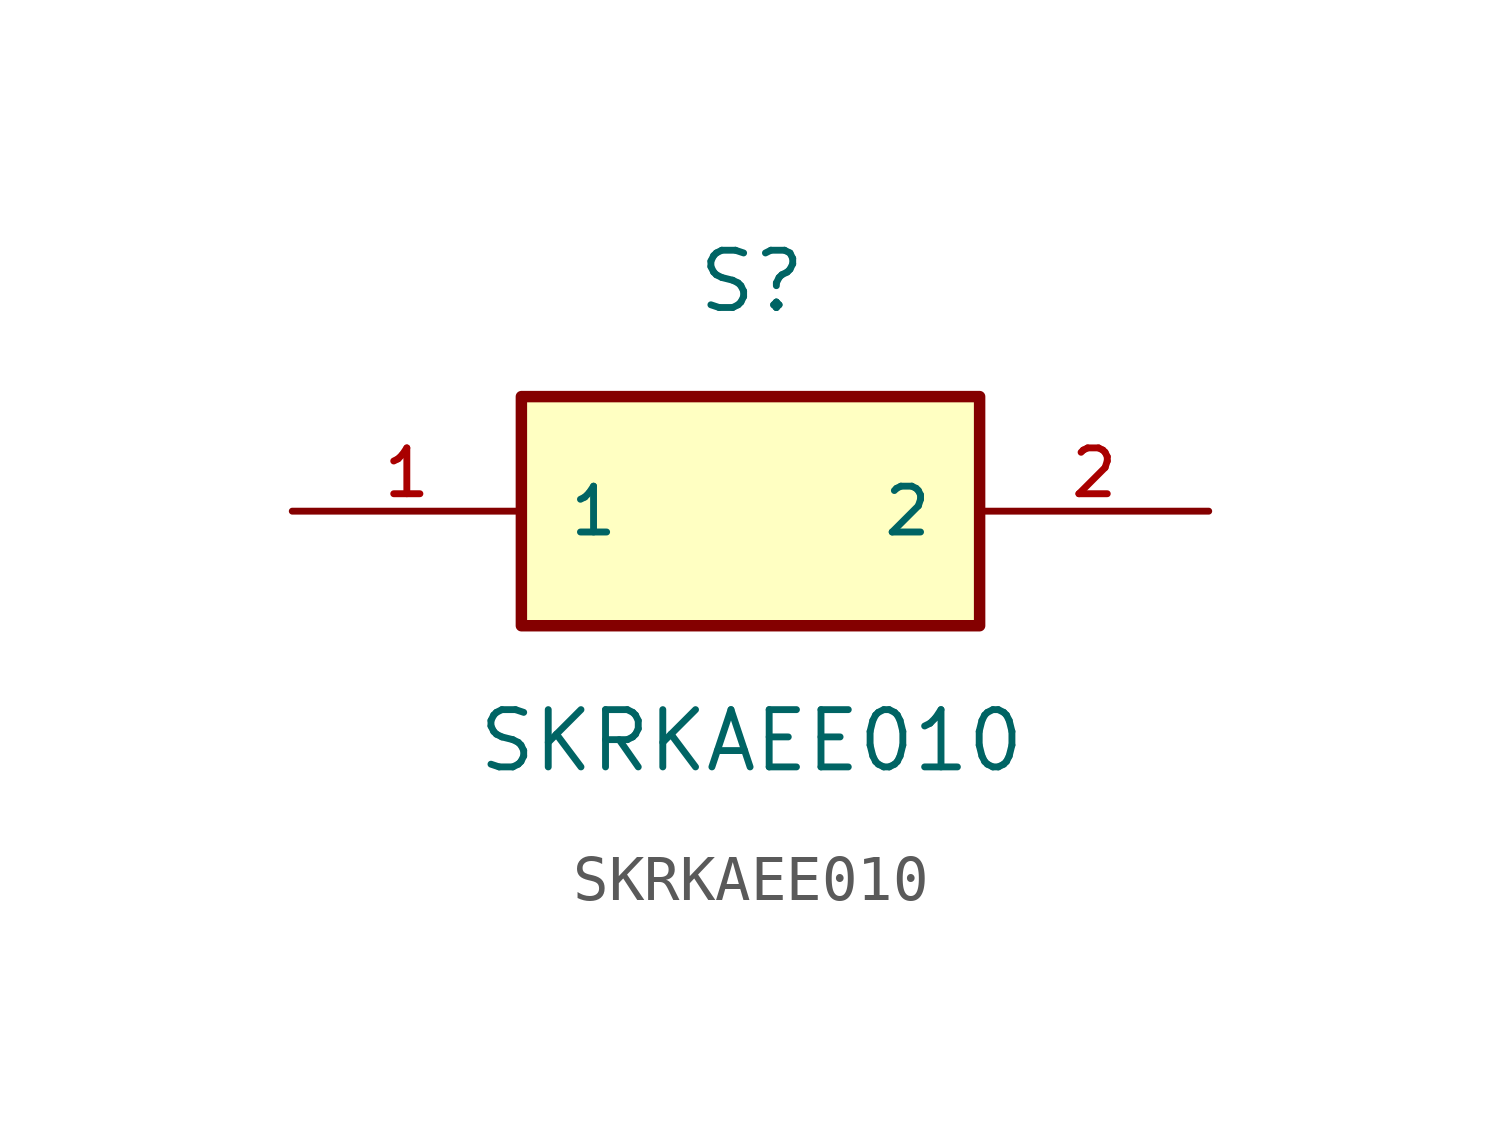
<source format=kicad_sym>
(kicad_symbol_lib
  (version 20211014)
  (generator kicad_symbol_editor)
  (symbol "SKRKAEE010"
    (pin_names
      (offset 1.016))
    (property "Reference" "S"
      (at 10.189 5.095 0)
      (effects (font (size 1.27 1.27))))
    (property "Value" "SKRKAEE010"
      (at 10.181 -5.091 0)
      (effects (font (size 1.27 1.27))))
    (symbol "SKRKAEE010_0_0"
      (rectangle (start 5.08 -2.54) (end 15.24 2.54) (stroke (width 0.254)) (fill (type background)))
      (pin passive line (at 0.0 0.0 0) (length 5.08) (name "1" (effects (font (size 1.016 1.016)))) (number "1" (effects (font (size 1.016 1.016)))))
      (pin passive line (at 20.32 0.0 180.0) (length 5.08) (name "2" (effects (font (size 1.016 1.016)))) (number "2" (effects (font (size 1.016 1.016))))))))
</source>
